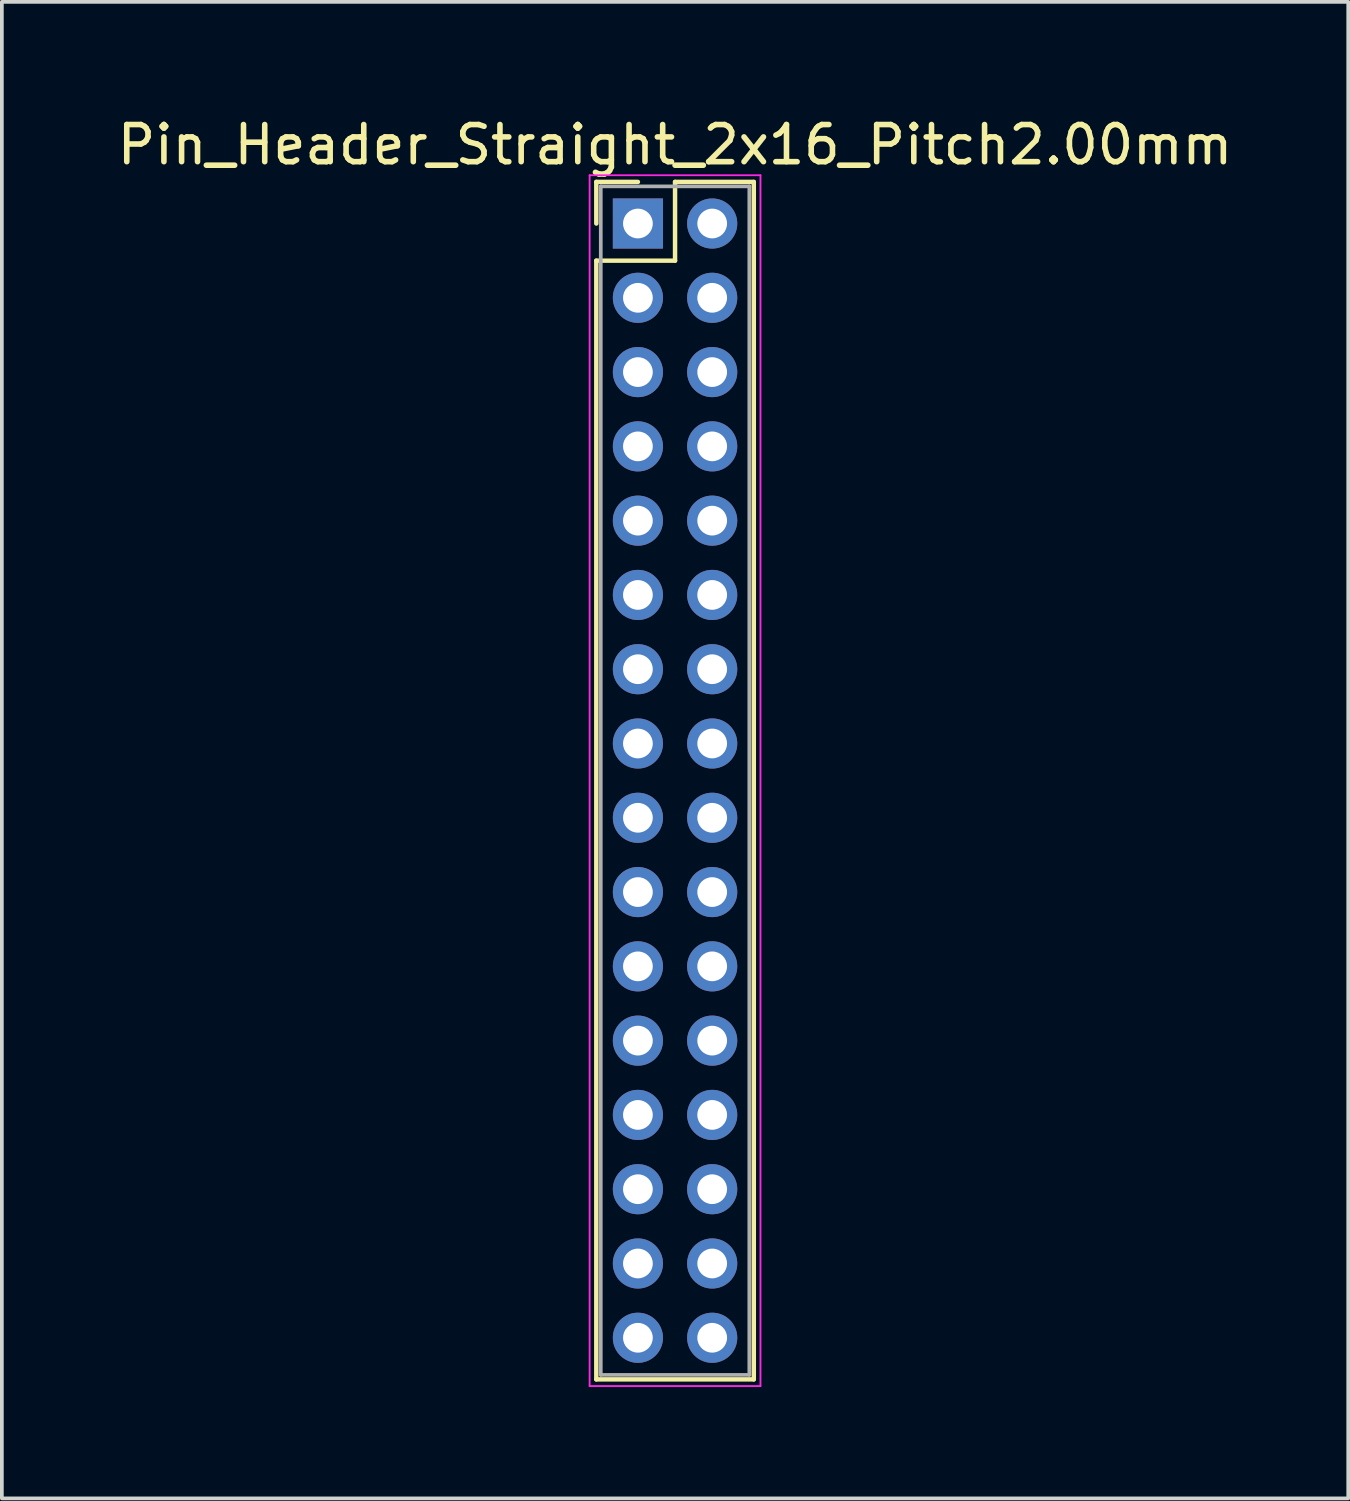
<source format=kicad_pcb>
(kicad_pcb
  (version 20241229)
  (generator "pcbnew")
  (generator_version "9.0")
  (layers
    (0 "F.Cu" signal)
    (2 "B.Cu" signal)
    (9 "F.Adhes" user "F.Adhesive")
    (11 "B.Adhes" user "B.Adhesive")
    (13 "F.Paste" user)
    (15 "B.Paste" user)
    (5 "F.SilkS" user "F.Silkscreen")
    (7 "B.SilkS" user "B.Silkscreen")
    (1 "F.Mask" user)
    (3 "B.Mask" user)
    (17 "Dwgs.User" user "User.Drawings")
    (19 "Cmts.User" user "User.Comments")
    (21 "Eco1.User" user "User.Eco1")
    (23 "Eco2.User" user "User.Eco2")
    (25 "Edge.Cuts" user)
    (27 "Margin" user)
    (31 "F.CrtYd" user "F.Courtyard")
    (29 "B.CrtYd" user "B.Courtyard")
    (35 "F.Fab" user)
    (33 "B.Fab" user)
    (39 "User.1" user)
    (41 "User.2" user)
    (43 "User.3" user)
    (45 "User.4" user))
  (footprint "Pin_Header_Straight_2x16_Pitch2.00mm"
    (layer "F.Cu")
    (at 14.125 2.968)
    (property "Reference" "Pin_Header_Straight_2x16_Pitch2.00mm" (at 1 -2.12 0) (layer "F.SilkS") (effects (font (size 1 1) (thickness 0.15))))
    (attr through_hole)
    (fp_line (start -1.12 -1.12) (end 0 -1.12) (stroke (width 0.12) (type solid)) (layer "F.SilkS"))
    (fp_line (start -1.12 0) (end -1.12 -1.12) (stroke (width 0.12) (type solid)) (layer "F.SilkS"))
    (fp_line (start -1.12 1) (end -1.12 31.12) (stroke (width 0.12) (type solid)) (layer "F.SilkS"))
    (fp_line (start -1.12 31.12) (end 3.12 31.12) (stroke (width 0.12) (type solid)) (layer "F.SilkS"))
    (fp_line (start 1 -1.12) (end 1 1) (stroke (width 0.12) (type solid)) (layer "F.SilkS"))
    (fp_line (start 1 1) (end -1.12 1) (stroke (width 0.12) (type solid)) (layer "F.SilkS"))
    (fp_line (start 3.12 -1.12) (end 1 -1.12) (stroke (width 0.12) (type solid)) (layer "F.SilkS"))
    (fp_line (start 3.12 31.12) (end 3.12 -1.12) (stroke (width 0.12) (type solid)) (layer "F.SilkS"))
    (fp_line (start -1.3 -1.3) (end -1.3 31.3) (stroke (width 0.05) (type solid)) (layer "F.CrtYd"))
    (fp_line (start -1.3 31.3) (end 3.3 31.3) (stroke (width 0.05) (type solid)) (layer "F.CrtYd"))
    (fp_line (start 3.3 -1.3) (end -1.3 -1.3) (stroke (width 0.05) (type solid)) (layer "F.CrtYd"))
    (fp_line (start 3.3 31.3) (end 3.3 -1.3) (stroke (width 0.05) (type solid)) (layer "F.CrtYd"))
    (fp_line (start -1 -1) (end -1 31) (stroke (width 0.1) (type solid)) (layer "F.Fab"))
    (fp_line (start -1 31) (end 3 31) (stroke (width 0.1) (type solid)) (layer "F.Fab"))
    (fp_line (start 3 -1) (end -1 -1) (stroke (width 0.1) (type solid)) (layer "F.Fab"))
    (fp_line (start 3 31) (end 3 -1) (stroke (width 0.1) (type solid)) (layer "F.Fab"))
    (pad "1" thru_hole rect (at 0 0) (size 1.35 1.35) (drill 0.8) (layers "*.Cu" "*.Mask"))
    (pad "2" thru_hole oval (at 2 0) (size 1.35 1.35) (drill 0.8) (layers "*.Cu" "*.Mask"))
    (pad "3" thru_hole oval (at 0 2) (size 1.35 1.35) (drill 0.8) (layers "*.Cu" "*.Mask"))
    (pad "4" thru_hole oval (at 2 2) (size 1.35 1.35) (drill 0.8) (layers "*.Cu" "*.Mask"))
    (pad "5" thru_hole oval (at 0 4) (size 1.35 1.35) (drill 0.8) (layers "*.Cu" "*.Mask"))
    (pad "6" thru_hole oval (at 2 4) (size 1.35 1.35) (drill 0.8) (layers "*.Cu" "*.Mask"))
    (pad "7" thru_hole oval (at 0 6) (size 1.35 1.35) (drill 0.8) (layers "*.Cu" "*.Mask"))
    (pad "8" thru_hole oval (at 2 6) (size 1.35 1.35) (drill 0.8) (layers "*.Cu" "*.Mask"))
    (pad "9" thru_hole oval (at 0 8) (size 1.35 1.35) (drill 0.8) (layers "*.Cu" "*.Mask"))
    (pad "10" thru_hole oval (at 2 8) (size 1.35 1.35) (drill 0.8) (layers "*.Cu" "*.Mask"))
    (pad "11" thru_hole oval (at 0 10) (size 1.35 1.35) (drill 0.8) (layers "*.Cu" "*.Mask"))
    (pad "12" thru_hole oval (at 2 10) (size 1.35 1.35) (drill 0.8) (layers "*.Cu" "*.Mask"))
    (pad "13" thru_hole oval (at 0 12) (size 1.35 1.35) (drill 0.8) (layers "*.Cu" "*.Mask"))
    (pad "14" thru_hole oval (at 2 12) (size 1.35 1.35) (drill 0.8) (layers "*.Cu" "*.Mask"))
    (pad "15" thru_hole oval (at 0 14) (size 1.35 1.35) (drill 0.8) (layers "*.Cu" "*.Mask"))
    (pad "16" thru_hole oval (at 2 14) (size 1.35 1.35) (drill 0.8) (layers "*.Cu" "*.Mask"))
    (pad "17" thru_hole oval (at 0 16) (size 1.35 1.35) (drill 0.8) (layers "*.Cu" "*.Mask"))
    (pad "18" thru_hole oval (at 2 16) (size 1.35 1.35) (drill 0.8) (layers "*.Cu" "*.Mask"))
    (pad "19" thru_hole oval (at 0 18) (size 1.35 1.35) (drill 0.8) (layers "*.Cu" "*.Mask"))
    (pad "20" thru_hole oval (at 2 18) (size 1.35 1.35) (drill 0.8) (layers "*.Cu" "*.Mask"))
    (pad "21" thru_hole oval (at 0 20) (size 1.35 1.35) (drill 0.8) (layers "*.Cu" "*.Mask"))
    (pad "22" thru_hole oval (at 2 20) (size 1.35 1.35) (drill 0.8) (layers "*.Cu" "*.Mask"))
    (pad "23" thru_hole oval (at 0 22) (size 1.35 1.35) (drill 0.8) (layers "*.Cu" "*.Mask"))
    (pad "24" thru_hole oval (at 2 22) (size 1.35 1.35) (drill 0.8) (layers "*.Cu" "*.Mask"))
    (pad "25" thru_hole oval (at 0 24) (size 1.35 1.35) (drill 0.8) (layers "*.Cu" "*.Mask"))
    (pad "26" thru_hole oval (at 2 24) (size 1.35 1.35) (drill 0.8) (layers "*.Cu" "*.Mask"))
    (pad "27" thru_hole oval (at 0 26) (size 1.35 1.35) (drill 0.8) (layers "*.Cu" "*.Mask"))
    (pad "28" thru_hole oval (at 2 26) (size 1.35 1.35) (drill 0.8) (layers "*.Cu" "*.Mask"))
    (pad "29" thru_hole oval (at 0 28) (size 1.35 1.35) (drill 0.8) (layers "*.Cu" "*.Mask"))
    (pad "30" thru_hole oval (at 2 28) (size 1.35 1.35) (drill 0.8) (layers "*.Cu" "*.Mask"))
    (pad "31" thru_hole oval (at 0 30) (size 1.35 1.35) (drill 0.8) (layers "*.Cu" "*.Mask"))
    (pad "32" thru_hole oval (at 2 30) (size 1.35 1.35) (drill 0.8) (layers "*.Cu" "*.Mask")))
  (gr_rect
    (start -3 -3)
    (end 33.25 37.293)
    (stroke (width 0.1) (type default))
    (fill no)
    (layer "Edge.Cuts")))
</source>
